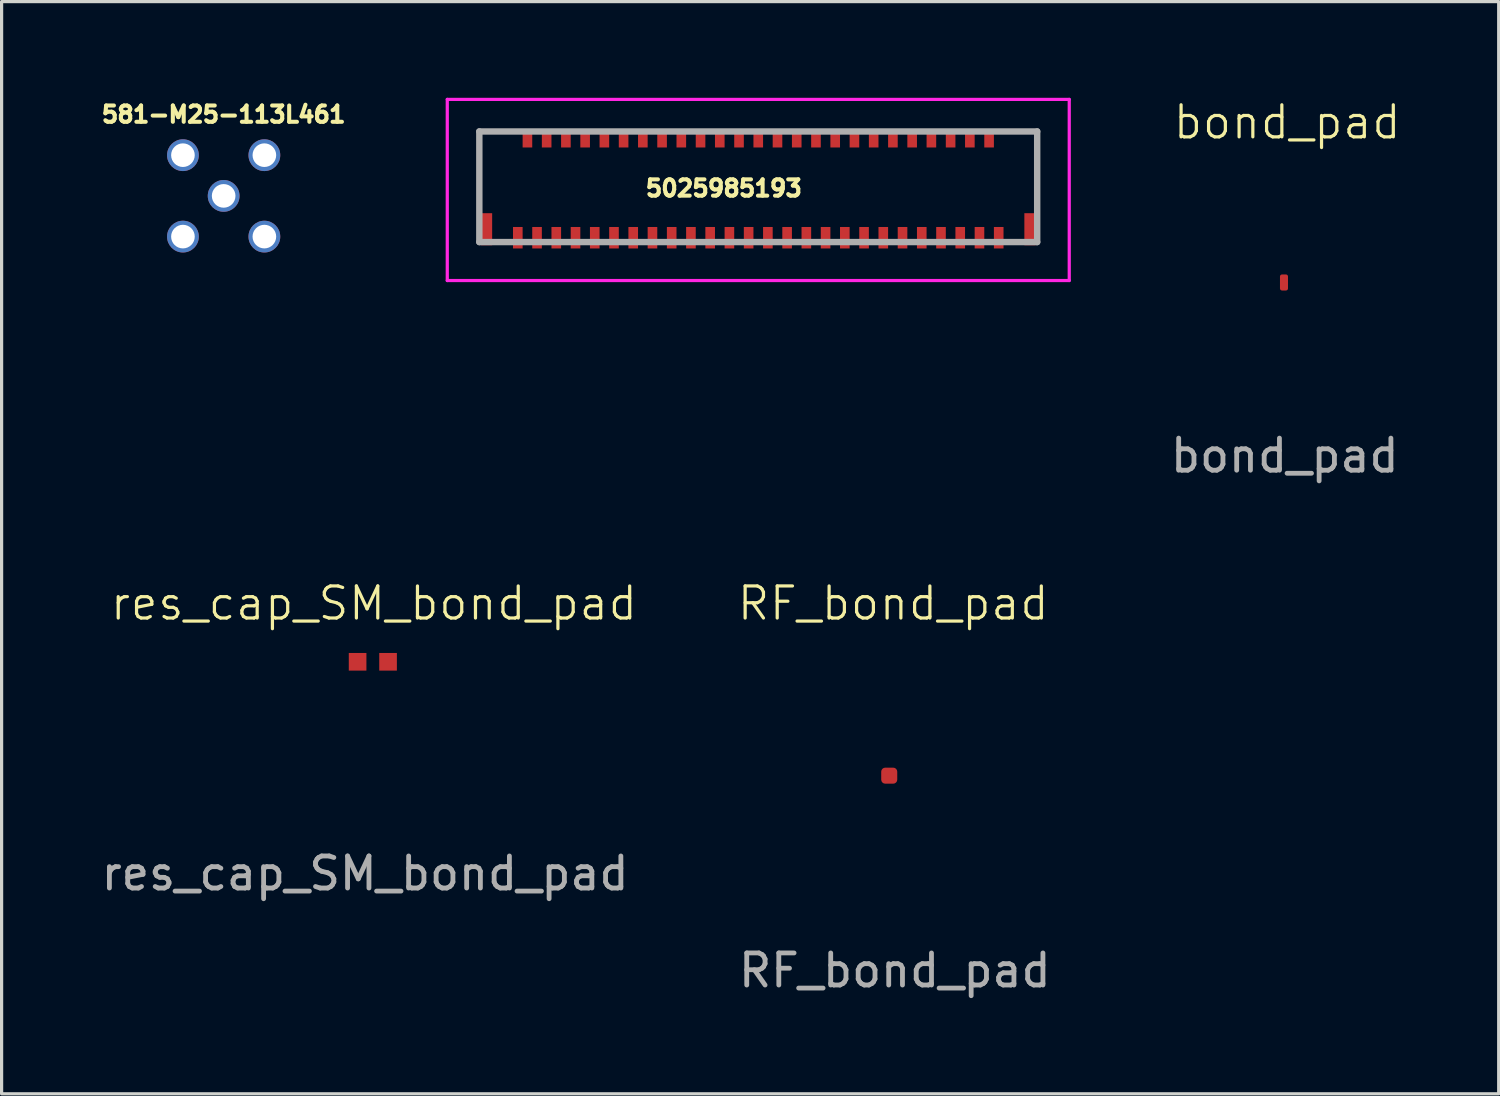
<source format=kicad_pcb>
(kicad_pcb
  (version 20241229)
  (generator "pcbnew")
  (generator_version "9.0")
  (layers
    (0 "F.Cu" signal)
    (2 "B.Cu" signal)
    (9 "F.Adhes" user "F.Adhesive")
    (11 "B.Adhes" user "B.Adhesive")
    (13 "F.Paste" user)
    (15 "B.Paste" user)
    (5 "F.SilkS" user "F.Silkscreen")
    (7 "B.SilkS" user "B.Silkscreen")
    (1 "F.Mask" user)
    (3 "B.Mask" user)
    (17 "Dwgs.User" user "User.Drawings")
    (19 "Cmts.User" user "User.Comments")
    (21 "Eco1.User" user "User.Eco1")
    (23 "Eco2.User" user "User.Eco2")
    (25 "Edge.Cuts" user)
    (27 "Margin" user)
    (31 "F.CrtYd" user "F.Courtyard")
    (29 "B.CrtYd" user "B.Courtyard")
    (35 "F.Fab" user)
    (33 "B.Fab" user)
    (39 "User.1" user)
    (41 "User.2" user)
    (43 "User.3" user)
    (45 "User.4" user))
  (footprint "RF_bond_pad"
    (layer "F.Cu")
    (at 24.686 21.144)
    (property "Reference" "RF_bond_pad" (at 0.125 -5.375 0) (unlocked yes) (layer "F.SilkS") (effects (font (size 1 1) (thickness 0.1))))
    (fp_rect (start -0.25 -0.25) (end 0.25 0.25) (stroke (width 0.01) (type solid)) (fill yes) (layer "F.Mask"))
    (fp_text user "${REFERENCE}" (at 0.175 6.075 0) (unlocked yes) (layer "F.Fab") (effects (font (size 1 1) (thickness 0.15))))
    (pad "1" smd roundrect (at 0 0) (size 0.5 0.5) (layers "F.Cu") (roundrect_rratio 0.25)))
  (footprint "bond_pad"
    (layer "F.Cu")
    (at 36.999 5.761)
    (property "Reference" "bond_pad" (at 0.1 -5 0) (unlocked yes) (layer "F.SilkS") (effects (font (size 1 1) (thickness 0.1))))
    (fp_rect (start -0.125 -0.25) (end 0.125 0.25) (stroke (width 0.01) (type solid)) (fill yes) (layer "F.Mask"))
    (fp_text user "${REFERENCE}" (at 0.025 5.4 0) (unlocked yes) (layer "F.Fab") (effects (font (size 1 1) (thickness 0.15))))
    (pad "4" smd roundrect (at 0 0) (size 0.25 0.5) (layers "F.Cu") (roundrect_rratio 0.25)))
  (footprint "5025985193"
    (layer "F.Cu")
    (at 20.601 2.775)
    (property "Reference" "5025985193" (at -1.074 0.049 0) (layer "F.SilkS") (effects (font (size 0.508 0.508) (thickness 0.127))))
    (attr smd)
    (fp_line (start -8.7 -1.725) (end -8.7 0.5) (stroke (width 0.1) (type solid)) (layer "F.SilkS"))
    (fp_line (start -7.5 -1.725) (end -8.7 -1.725) (stroke (width 0.1) (type solid)) (layer "F.SilkS"))
    (fp_line (start 7.5 -1.725) (end 8.7 -1.725) (stroke (width 0.1) (type solid)) (layer "F.SilkS"))
    (fp_line (start 8.7 -1.725) (end 8.7 0.5) (stroke (width 0.1) (type solid)) (layer "F.SilkS"))
    (fp_line (start -9.7 -2.725) (end 9.7 -2.725) (stroke (width 0.1) (type solid)) (layer "F.CrtYd"))
    (fp_line (start -9.7 2.925) (end -9.7 -2.725) (stroke (width 0.1) (type solid)) (layer "F.CrtYd"))
    (fp_line (start 9.7 -2.725) (end 9.7 2.925) (stroke (width 0.1) (type solid)) (layer "F.CrtYd"))
    (fp_line (start 9.7 2.925) (end -9.7 2.925) (stroke (width 0.1) (type solid)) (layer "F.CrtYd"))
    (fp_line (start -8.7 -1.725) (end 8.7 -1.725) (stroke (width 0.2) (type solid)) (layer "F.Fab"))
    (fp_line (start -8.7 1.725) (end -8.7 -1.725) (stroke (width 0.2) (type solid)) (layer "F.Fab"))
    (fp_line (start 8.7 -1.725) (end 8.7 1.725) (stroke (width 0.2) (type solid)) (layer "F.Fab"))
    (fp_line (start 8.7 1.725) (end -8.7 1.725) (stroke (width 0.2) (type solid)) (layer "F.Fab"))
    (pad "1" smd rect (at -7.5 1.59) (size 0.3 0.67) (layers "F.Cu" "F.Mask" "F.Paste"))
    (pad "2" smd rect (at -7.2 -1.475) (size 0.3 0.5) (layers "F.Cu" "F.Mask" "F.Paste"))
    (pad "3" smd rect (at -6.9 1.59) (size 0.3 0.67) (layers "F.Cu" "F.Mask" "F.Paste"))
    (pad "4" smd rect (at -6.6 -1.475) (size 0.3 0.5) (layers "F.Cu" "F.Mask" "F.Paste"))
    (pad "5" smd rect (at -6.3 1.59) (size 0.3 0.67) (layers "F.Cu" "F.Mask" "F.Paste"))
    (pad "6" smd rect (at -6 -1.475) (size 0.3 0.5) (layers "F.Cu" "F.Mask" "F.Paste"))
    (pad "7" smd rect (at -5.7 1.59) (size 0.3 0.67) (layers "F.Cu" "F.Mask" "F.Paste"))
    (pad "8" smd rect (at -5.4 -1.475) (size 0.3 0.5) (layers "F.Cu" "F.Mask" "F.Paste"))
    (pad "9" smd rect (at -5.1 1.59) (size 0.3 0.67) (layers "F.Cu" "F.Mask" "F.Paste"))
    (pad "10" smd rect (at -4.8 -1.475) (size 0.3 0.5) (layers "F.Cu" "F.Mask" "F.Paste"))
    (pad "11" smd rect (at -4.5 1.59) (size 0.3 0.67) (layers "F.Cu" "F.Mask" "F.Paste"))
    (pad "12" smd rect (at -4.2 -1.475) (size 0.3 0.5) (layers "F.Cu" "F.Mask" "F.Paste"))
    (pad "13" smd rect (at -3.9 1.59) (size 0.3 0.67) (layers "F.Cu" "F.Mask" "F.Paste"))
    (pad "14" smd rect (at -3.6 -1.475) (size 0.3 0.5) (layers "F.Cu" "F.Mask" "F.Paste"))
    (pad "15" smd rect (at -3.3 1.59) (size 0.3 0.67) (layers "F.Cu" "F.Mask" "F.Paste"))
    (pad "16" smd rect (at -3 -1.475) (size 0.3 0.5) (layers "F.Cu" "F.Mask" "F.Paste"))
    (pad "17" smd rect (at -2.7 1.59) (size 0.3 0.67) (layers "F.Cu" "F.Mask" "F.Paste"))
    (pad "18" smd rect (at -2.4 -1.475) (size 0.3 0.5) (layers "F.Cu" "F.Mask" "F.Paste"))
    (pad "19" smd rect (at -2.1 1.59) (size 0.3 0.67) (layers "F.Cu" "F.Mask" "F.Paste"))
    (pad "20" smd rect (at -1.8 -1.475) (size 0.3 0.5) (layers "F.Cu" "F.Mask" "F.Paste"))
    (pad "21" smd rect (at -1.5 1.59) (size 0.3 0.67) (layers "F.Cu" "F.Mask" "F.Paste"))
    (pad "22" smd rect (at -1.2 -1.475) (size 0.3 0.5) (layers "F.Cu" "F.Mask" "F.Paste"))
    (pad "23" smd rect (at -0.9 1.59) (size 0.3 0.67) (layers "F.Cu" "F.Mask" "F.Paste"))
    (pad "24" smd rect (at -0.6 -1.475) (size 0.3 0.5) (layers "F.Cu" "F.Mask" "F.Paste"))
    (pad "25" smd rect (at -0.3 1.59) (size 0.3 0.67) (layers "F.Cu" "F.Mask" "F.Paste"))
    (pad "26" smd rect (at 0 -1.475) (size 0.3 0.5) (layers "F.Cu" "F.Mask" "F.Paste"))
    (pad "27" smd rect (at 0.3 1.59) (size 0.3 0.67) (layers "F.Cu" "F.Mask" "F.Paste"))
    (pad "28" smd rect (at 0.6 -1.475) (size 0.3 0.5) (layers "F.Cu" "F.Mask" "F.Paste"))
    (pad "29" smd rect (at 0.9 1.59) (size 0.3 0.67) (layers "F.Cu" "F.Mask" "F.Paste"))
    (pad "30" smd rect (at 1.2 -1.475) (size 0.3 0.5) (layers "F.Cu" "F.Mask" "F.Paste"))
    (pad "31" smd rect (at 1.5 1.59) (size 0.3 0.67) (layers "F.Cu" "F.Mask" "F.Paste"))
    (pad "32" smd rect (at 1.8 -1.475) (size 0.3 0.5) (layers "F.Cu" "F.Mask" "F.Paste"))
    (pad "33" smd rect (at 2.1 1.59) (size 0.3 0.67) (layers "F.Cu" "F.Mask" "F.Paste"))
    (pad "34" smd rect (at 2.4 -1.475) (size 0.3 0.5) (layers "F.Cu" "F.Mask" "F.Paste"))
    (pad "35" smd rect (at 2.7 1.59) (size 0.3 0.67) (layers "F.Cu" "F.Mask" "F.Paste"))
    (pad "36" smd rect (at 3 -1.475) (size 0.3 0.5) (layers "F.Cu" "F.Mask" "F.Paste"))
    (pad "37" smd rect (at 3.3 1.59) (size 0.3 0.67) (layers "F.Cu" "F.Mask" "F.Paste"))
    (pad "38" smd rect (at 3.6 -1.475) (size 0.3 0.5) (layers "F.Cu" "F.Mask" "F.Paste"))
    (pad "39" smd rect (at 3.9 1.59) (size 0.3 0.67) (layers "F.Cu" "F.Mask" "F.Paste"))
    (pad "40" smd rect (at 4.2 -1.475) (size 0.3 0.5) (layers "F.Cu" "F.Mask" "F.Paste"))
    (pad "41" smd rect (at 4.5 1.59) (size 0.3 0.67) (layers "F.Cu" "F.Mask" "F.Paste"))
    (pad "42" smd rect (at 4.8 -1.475) (size 0.3 0.5) (layers "F.Cu" "F.Mask" "F.Paste"))
    (pad "43" smd rect (at 5.1 1.59) (size 0.3 0.67) (layers "F.Cu" "F.Mask" "F.Paste"))
    (pad "44" smd rect (at 5.4 -1.475) (size 0.3 0.5) (layers "F.Cu" "F.Mask" "F.Paste"))
    (pad "45" smd rect (at 5.7 1.59) (size 0.3 0.67) (layers "F.Cu" "F.Mask" "F.Paste"))
    (pad "46" smd rect (at 6 -1.475) (size 0.3 0.5) (layers "F.Cu" "F.Mask" "F.Paste"))
    (pad "47" smd rect (at 6.3 1.59) (size 0.3 0.67) (layers "F.Cu" "F.Mask" "F.Paste"))
    (pad "48" smd rect (at 6.6 -1.475) (size 0.3 0.5) (layers "F.Cu" "F.Mask" "F.Paste"))
    (pad "49" smd rect (at 6.9 1.59) (size 0.3 0.67) (layers "F.Cu" "F.Mask" "F.Paste"))
    (pad "50" smd rect (at 7.2 -1.475) (size 0.3 0.5) (layers "F.Cu" "F.Mask" "F.Paste"))
    (pad "51" smd rect (at 7.5 1.59) (size 0.3 0.67) (layers "F.Cu" "F.Mask" "F.Paste"))
    (pad "MP1" smd rect (at -8.475 1.325) (size 0.35 1) (layers "F.Cu" "F.Mask" "F.Paste"))
    (pad "MP2" smd rect (at 8.475 1.325) (size 0.35 1) (layers "F.Cu" "F.Mask" "F.Paste")))
  (footprint "581-M25-113L461"
    (layer "F.Cu")
    (at 3.926 3.06)
    (property "Reference" "581-M25-113L461" (at 0 -2.54 0) (layer "F.SilkS") (effects (font (size 0.508 0.508) (thickness 0.127))))
    (attr through_hole)
    (pad "1" thru_hole circle (at 0 0) (size 0.991 0.991) (drill 0.737) (layers "*.Cu" "*.Mask"))
    (pad "2" thru_hole circle (at -1.27 1.27) (size 0.991 0.991) (drill 0.737) (layers "*.Cu" "*.Mask"))
    (pad "3" thru_hole circle (at 1.27 1.27) (size 0.991 0.991) (drill 0.737) (layers "*.Cu" "*.Mask"))
    (pad "4" thru_hole circle (at 1.27 -1.27) (size 0.991 0.991) (drill 0.737) (layers "*.Cu" "*.Mask"))
    (pad "5" thru_hole circle (at -1.27 -1.27) (size 0.991 0.991) (drill 0.737) (layers "*.Cu" "*.Mask")))
  (footprint "res_cap_SM_bond_pad"
    (layer "F.Cu")
    (at 8.589 17.594)
    (property "Reference" "res_cap_SM_bond_pad" (at 0.025 -1.825 0) (unlocked yes) (layer "F.SilkS") (effects (font (size 1 1) (thickness 0.1))))
    (attr smd)
    (fp_poly (pts (xy -0.76 0.273) (xy -0.76 -0.277) (xy -0.21 -0.277) (xy -0.21 0.273)) (stroke (width 0.01) (type solid)) (fill yes) (layer "F.Mask"))
    (fp_poly (pts (xy 0.19 0.273) (xy 0.19 -0.277) (xy 0.74 -0.277) (xy 0.74 0.273)) (stroke (width 0.01) (type solid)) (fill yes) (layer "F.Mask"))
    (fp_poly (pts (xy -0.76 0.273) (xy -0.76 -0.277) (xy -0.21 -0.277) (xy -0.21 0.273)) (stroke (width 0.01) (type solid)) (fill yes) (layer "F.Paste"))
    (fp_poly (pts (xy 0.19 0.273) (xy 0.19 -0.277) (xy 0.74 -0.277) (xy 0.74 0.273)) (stroke (width 0.01) (type solid)) (fill yes) (layer "F.Paste"))
    (fp_text user "${REFERENCE}" (at -0.25 6.6 0) (unlocked yes) (layer "F.Fab") (effects (font (size 1 1) (thickness 0.15))))
    (pad "" smd rect (at -0.485 -0.002 90) (size 0.55 0.55) (layers "F.Cu"))
    (pad "" smd rect (at 0.465 -0.002 90) (size 0.55 0.55) (layers "F.Cu")))
  (gr_rect
    (start -3 -3)
    (end 43.696 31.067)
    (stroke (width 0.1) (type default))
    (fill no)
    (layer "Edge.Cuts")))
</source>
